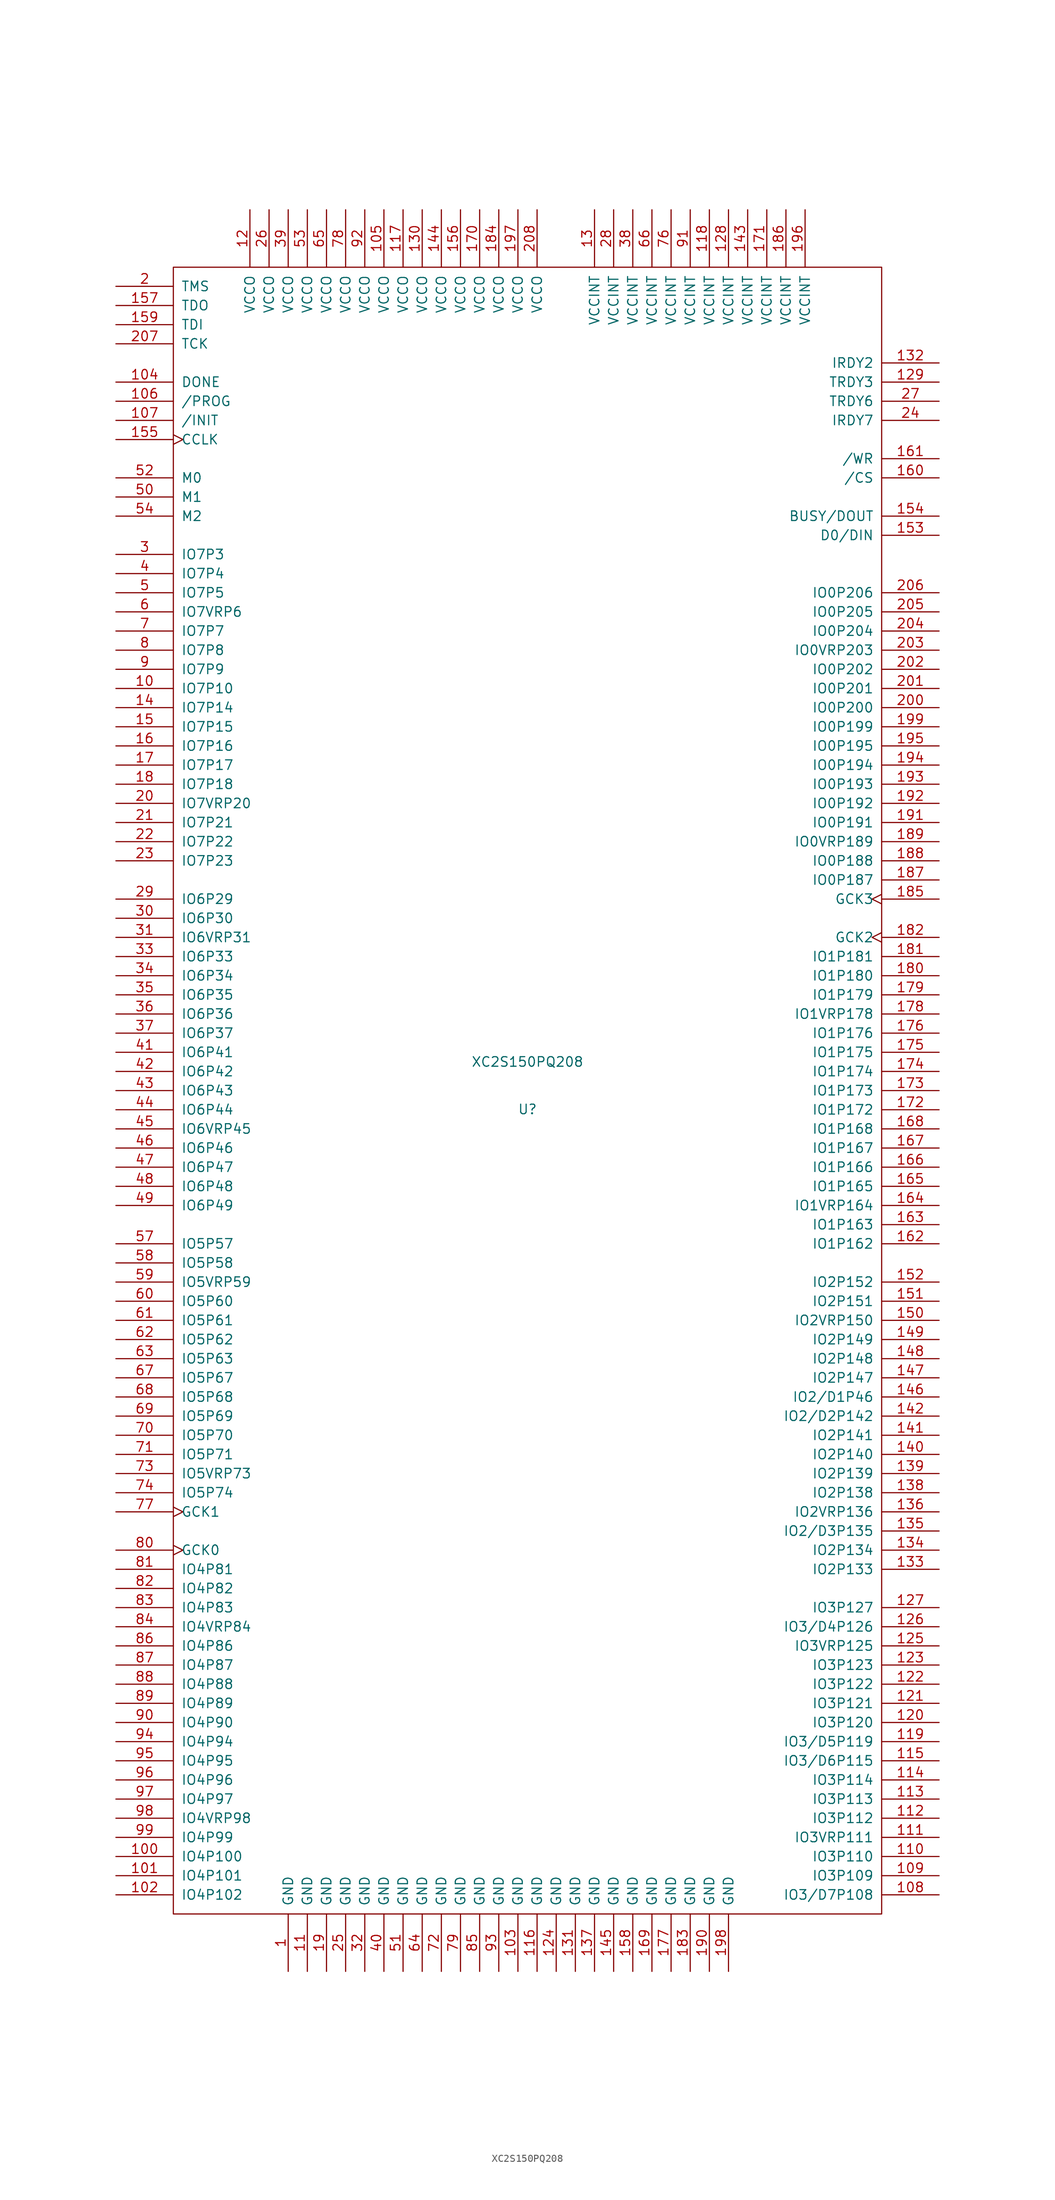
<source format=kicad_sym>
(kicad_symbol_lib
  (version 20201005)
  (generator kicad_symbol_editor)
  (symbol "XC2S150PQ208"
    (pin_names
      (offset 1.016))
    (property "Reference" "U"
      (at 0 -2.489 0)
      (effects (font (size 1.27 1.27))))
    (property "Value" "XC2S150PQ208"
      (at 0 3.81 0)
      (effects (font (size 1.27 1.27))))
    (symbol "XC2S150PQ208_0_1"
      (rectangle (start -46.99 109.22) (end 46.99 -109.22) (stroke (width 0)) (fill (type none))))
    (symbol "XC2S150PQ208_1_1"
      (pin power_in line (at -31.75 -116.84 90) (length 7.62) (name "GND" (effects (font (size 1.27 1.27)))) (number "1" (effects (font (size 1.27 1.27)))))
      (pin bidirectional line (at -54.61 53.34 0) (length 7.62) (name "IO7P10" (effects (font (size 1.27 1.27)))) (number "10" (effects (font (size 1.27 1.27)))))
      (pin bidirectional line (at -54.61 -101.6 0) (length 7.62) (name "IO4P100" (effects (font (size 1.27 1.27)))) (number "100" (effects (font (size 1.27 1.27)))))
      (pin bidirectional line (at -54.61 -104.14 0) (length 7.62) (name "IO4P101" (effects (font (size 1.27 1.27)))) (number "101" (effects (font (size 1.27 1.27)))))
      (pin bidirectional line (at -54.61 -106.68 0) (length 7.62) (name "IO4P102" (effects (font (size 1.27 1.27)))) (number "102" (effects (font (size 1.27 1.27)))))
      (pin power_in line (at -1.27 -116.84 90) (length 7.62) (name "GND" (effects (font (size 1.27 1.27)))) (number "103" (effects (font (size 1.27 1.27)))))
      (pin bidirectional line (at -54.61 93.98 0) (length 7.62) (name "DONE" (effects (font (size 1.27 1.27)))) (number "104" (effects (font (size 1.27 1.27)))))
      (pin power_in line (at -19.05 116.84 270) (length 7.62) (name "VCCO" (effects (font (size 1.27 1.27)))) (number "105" (effects (font (size 1.27 1.27)))))
      (pin input line (at -54.61 91.44 0) (length 7.62) (name "/PROG" (effects (font (size 1.27 1.27)))) (number "106" (effects (font (size 1.27 1.27)))))
      (pin bidirectional line (at -54.61 88.9 0) (length 7.62) (name "/INIT" (effects (font (size 1.27 1.27)))) (number "107" (effects (font (size 1.27 1.27)))))
      (pin bidirectional line (at 54.61 -106.68 180) (length 7.62) (name "IO3/D7P108" (effects (font (size 1.27 1.27)))) (number "108" (effects (font (size 1.27 1.27)))))
      (pin bidirectional line (at 54.61 -104.14 180) (length 7.62) (name "IO3P109" (effects (font (size 1.27 1.27)))) (number "109" (effects (font (size 1.27 1.27)))))
      (pin power_in line (at -29.21 -116.84 90) (length 7.62) (name "GND" (effects (font (size 1.27 1.27)))) (number "11" (effects (font (size 1.27 1.27)))))
      (pin bidirectional line (at 54.61 -101.6 180) (length 7.62) (name "IO3P110" (effects (font (size 1.27 1.27)))) (number "110" (effects (font (size 1.27 1.27)))))
      (pin bidirectional line (at 54.61 -99.06 180) (length 7.62) (name "IO3VRP111" (effects (font (size 1.27 1.27)))) (number "111" (effects (font (size 1.27 1.27)))))
      (pin bidirectional line (at 54.61 -96.52 180) (length 7.62) (name "IO3P112" (effects (font (size 1.27 1.27)))) (number "112" (effects (font (size 1.27 1.27)))))
      (pin bidirectional line (at 54.61 -93.98 180) (length 7.62) (name "IO3P113" (effects (font (size 1.27 1.27)))) (number "113" (effects (font (size 1.27 1.27)))))
      (pin bidirectional line (at 54.61 -91.44 180) (length 7.62) (name "IO3P114" (effects (font (size 1.27 1.27)))) (number "114" (effects (font (size 1.27 1.27)))))
      (pin bidirectional line (at 54.61 -88.9 180) (length 7.62) (name "IO3/D6P115" (effects (font (size 1.27 1.27)))) (number "115" (effects (font (size 1.27 1.27)))))
      (pin power_in line (at 1.27 -116.84 90) (length 7.62) (name "GND" (effects (font (size 1.27 1.27)))) (number "116" (effects (font (size 1.27 1.27)))))
      (pin power_in line (at -16.51 116.84 270) (length 7.62) (name "VCCO" (effects (font (size 1.27 1.27)))) (number "117" (effects (font (size 1.27 1.27)))))
      (pin power_in line (at 24.13 116.84 270) (length 7.62) (name "VCCINT" (effects (font (size 1.27 1.27)))) (number "118" (effects (font (size 1.27 1.27)))))
      (pin bidirectional line (at 54.61 -86.36 180) (length 7.62) (name "IO3/D5P119" (effects (font (size 1.27 1.27)))) (number "119" (effects (font (size 1.27 1.27)))))
      (pin power_in line (at -36.83 116.84 270) (length 7.62) (name "VCCO" (effects (font (size 1.27 1.27)))) (number "12" (effects (font (size 1.27 1.27)))))
      (pin bidirectional line (at 54.61 -83.82 180) (length 7.62) (name "IO3P120" (effects (font (size 1.27 1.27)))) (number "120" (effects (font (size 1.27 1.27)))))
      (pin bidirectional line (at 54.61 -81.28 180) (length 7.62) (name "IO3P121" (effects (font (size 1.27 1.27)))) (number "121" (effects (font (size 1.27 1.27)))))
      (pin bidirectional line (at 54.61 -78.74 180) (length 7.62) (name "IO3P122" (effects (font (size 1.27 1.27)))) (number "122" (effects (font (size 1.27 1.27)))))
      (pin bidirectional line (at 54.61 -76.2 180) (length 7.62) (name "IO3P123" (effects (font (size 1.27 1.27)))) (number "123" (effects (font (size 1.27 1.27)))))
      (pin power_in line (at 3.81 -116.84 90) (length 7.62) (name "GND" (effects (font (size 1.27 1.27)))) (number "124" (effects (font (size 1.27 1.27)))))
      (pin bidirectional line (at 54.61 -73.66 180) (length 7.62) (name "IO3VRP125" (effects (font (size 1.27 1.27)))) (number "125" (effects (font (size 1.27 1.27)))))
      (pin bidirectional line (at 54.61 -71.12 180) (length 7.62) (name "IO3/D4P126" (effects (font (size 1.27 1.27)))) (number "126" (effects (font (size 1.27 1.27)))))
      (pin bidirectional line (at 54.61 -68.58 180) (length 7.62) (name "IO3P127" (effects (font (size 1.27 1.27)))) (number "127" (effects (font (size 1.27 1.27)))))
      (pin power_in line (at 26.67 116.84 270) (length 7.62) (name "VCCINT" (effects (font (size 1.27 1.27)))) (number "128" (effects (font (size 1.27 1.27)))))
      (pin bidirectional line (at 54.61 93.98 180) (length 7.62) (name "TRDY3" (effects (font (size 1.27 1.27)))) (number "129" (effects (font (size 1.27 1.27)))))
      (pin power_in line (at 8.89 116.84 270) (length 7.62) (name "VCCINT" (effects (font (size 1.27 1.27)))) (number "13" (effects (font (size 1.27 1.27)))))
      (pin power_in line (at -13.97 116.84 270) (length 7.62) (name "VCCO" (effects (font (size 1.27 1.27)))) (number "130" (effects (font (size 1.27 1.27)))))
      (pin power_in line (at 6.35 -116.84 90) (length 7.62) (name "GND" (effects (font (size 1.27 1.27)))) (number "131" (effects (font (size 1.27 1.27)))))
      (pin bidirectional line (at 54.61 96.52 180) (length 7.62) (name "IRDY2" (effects (font (size 1.27 1.27)))) (number "132" (effects (font (size 1.27 1.27)))))
      (pin bidirectional line (at 54.61 -63.5 180) (length 7.62) (name "IO2P133" (effects (font (size 1.27 1.27)))) (number "133" (effects (font (size 1.27 1.27)))))
      (pin bidirectional line (at 54.61 -60.96 180) (length 7.62) (name "IO2P134" (effects (font (size 1.27 1.27)))) (number "134" (effects (font (size 1.27 1.27)))))
      (pin bidirectional line (at 54.61 -58.42 180) (length 7.62) (name "IO2/D3P135" (effects (font (size 1.27 1.27)))) (number "135" (effects (font (size 1.27 1.27)))))
      (pin bidirectional line (at 54.61 -55.88 180) (length 7.62) (name "IO2VRP136" (effects (font (size 1.27 1.27)))) (number "136" (effects (font (size 1.27 1.27)))))
      (pin power_in line (at 8.89 -116.84 90) (length 7.62) (name "GND" (effects (font (size 1.27 1.27)))) (number "137" (effects (font (size 1.27 1.27)))))
      (pin bidirectional line (at 54.61 -53.34 180) (length 7.62) (name "IO2P138" (effects (font (size 1.27 1.27)))) (number "138" (effects (font (size 1.27 1.27)))))
      (pin bidirectional line (at 54.61 -50.8 180) (length 7.62) (name "IO2P139" (effects (font (size 1.27 1.27)))) (number "139" (effects (font (size 1.27 1.27)))))
      (pin bidirectional line (at -54.61 50.8 0) (length 7.62) (name "IO7P14" (effects (font (size 1.27 1.27)))) (number "14" (effects (font (size 1.27 1.27)))))
      (pin bidirectional line (at 54.61 -48.26 180) (length 7.62) (name "IO2P140" (effects (font (size 1.27 1.27)))) (number "140" (effects (font (size 1.27 1.27)))))
      (pin bidirectional line (at 54.61 -45.72 180) (length 7.62) (name "IO2P141" (effects (font (size 1.27 1.27)))) (number "141" (effects (font (size 1.27 1.27)))))
      (pin bidirectional line (at 54.61 -43.18 180) (length 7.62) (name "IO2/D2P142" (effects (font (size 1.27 1.27)))) (number "142" (effects (font (size 1.27 1.27)))))
      (pin power_in line (at 29.21 116.84 270) (length 7.62) (name "VCCINT" (effects (font (size 1.27 1.27)))) (number "143" (effects (font (size 1.27 1.27)))))
      (pin power_in line (at -11.43 116.84 270) (length 7.62) (name "VCCO" (effects (font (size 1.27 1.27)))) (number "144" (effects (font (size 1.27 1.27)))))
      (pin power_in line (at 11.43 -116.84 90) (length 7.62) (name "GND" (effects (font (size 1.27 1.27)))) (number "145" (effects (font (size 1.27 1.27)))))
      (pin bidirectional line (at 54.61 -40.64 180) (length 7.62) (name "IO2/D1P46" (effects (font (size 1.27 1.27)))) (number "146" (effects (font (size 1.27 1.27)))))
      (pin bidirectional line (at 54.61 -38.1 180) (length 7.62) (name "IO2P147" (effects (font (size 1.27 1.27)))) (number "147" (effects (font (size 1.27 1.27)))))
      (pin bidirectional line (at 54.61 -35.56 180) (length 7.62) (name "IO2P148" (effects (font (size 1.27 1.27)))) (number "148" (effects (font (size 1.27 1.27)))))
      (pin bidirectional line (at 54.61 -33.02 180) (length 7.62) (name "IO2P149" (effects (font (size 1.27 1.27)))) (number "149" (effects (font (size 1.27 1.27)))))
      (pin bidirectional line (at -54.61 48.26 0) (length 7.62) (name "IO7P15" (effects (font (size 1.27 1.27)))) (number "15" (effects (font (size 1.27 1.27)))))
      (pin bidirectional line (at 54.61 -30.48 180) (length 7.62) (name "IO2VRP150" (effects (font (size 1.27 1.27)))) (number "150" (effects (font (size 1.27 1.27)))))
      (pin bidirectional line (at 54.61 -27.94 180) (length 7.62) (name "IO2P151" (effects (font (size 1.27 1.27)))) (number "151" (effects (font (size 1.27 1.27)))))
      (pin bidirectional line (at 54.61 -25.4 180) (length 7.62) (name "IO2P152" (effects (font (size 1.27 1.27)))) (number "152" (effects (font (size 1.27 1.27)))))
      (pin bidirectional line (at 54.61 73.66 180) (length 7.62) (name "D0/DIN" (effects (font (size 1.27 1.27)))) (number "153" (effects (font (size 1.27 1.27)))))
      (pin bidirectional line (at 54.61 76.2 180) (length 7.62) (name "BUSY/DOUT" (effects (font (size 1.27 1.27)))) (number "154" (effects (font (size 1.27 1.27)))))
      (pin bidirectional clock (at -54.61 86.36 0) (length 7.62) (name "CCLK" (effects (font (size 1.27 1.27)))) (number "155" (effects (font (size 1.27 1.27)))))
      (pin power_in line (at -8.89 116.84 270) (length 7.62) (name "VCCO" (effects (font (size 1.27 1.27)))) (number "156" (effects (font (size 1.27 1.27)))))
      (pin bidirectional line (at -54.61 104.14 0) (length 7.62) (name "TDO" (effects (font (size 1.27 1.27)))) (number "157" (effects (font (size 1.27 1.27)))))
      (pin power_in line (at 13.97 -116.84 90) (length 7.62) (name "GND" (effects (font (size 1.27 1.27)))) (number "158" (effects (font (size 1.27 1.27)))))
      (pin bidirectional line (at -54.61 101.6 0) (length 7.62) (name "TDI" (effects (font (size 1.27 1.27)))) (number "159" (effects (font (size 1.27 1.27)))))
      (pin bidirectional line (at -54.61 45.72 0) (length 7.62) (name "IO7P16" (effects (font (size 1.27 1.27)))) (number "16" (effects (font (size 1.27 1.27)))))
      (pin bidirectional line (at 54.61 81.28 180) (length 7.62) (name "/CS" (effects (font (size 1.27 1.27)))) (number "160" (effects (font (size 1.27 1.27)))))
      (pin bidirectional line (at 54.61 83.82 180) (length 7.62) (name "/WR" (effects (font (size 1.27 1.27)))) (number "161" (effects (font (size 1.27 1.27)))))
      (pin bidirectional line (at 54.61 -20.32 180) (length 7.62) (name "IO1P162" (effects (font (size 1.27 1.27)))) (number "162" (effects (font (size 1.27 1.27)))))
      (pin bidirectional line (at 54.61 -17.78 180) (length 7.62) (name "IO1P163" (effects (font (size 1.27 1.27)))) (number "163" (effects (font (size 1.27 1.27)))))
      (pin bidirectional line (at 54.61 -15.24 180) (length 7.62) (name "IO1VRP164" (effects (font (size 1.27 1.27)))) (number "164" (effects (font (size 1.27 1.27)))))
      (pin bidirectional line (at 54.61 -12.7 180) (length 7.62) (name "IO1P165" (effects (font (size 1.27 1.27)))) (number "165" (effects (font (size 1.27 1.27)))))
      (pin bidirectional line (at 54.61 -10.16 180) (length 7.62) (name "IO1P166" (effects (font (size 1.27 1.27)))) (number "166" (effects (font (size 1.27 1.27)))))
      (pin bidirectional line (at 54.61 -7.62 180) (length 7.62) (name "IO1P167" (effects (font (size 1.27 1.27)))) (number "167" (effects (font (size 1.27 1.27)))))
      (pin bidirectional line (at 54.61 -5.08 180) (length 7.62) (name "IO1P168" (effects (font (size 1.27 1.27)))) (number "168" (effects (font (size 1.27 1.27)))))
      (pin power_in line (at 16.51 -116.84 90) (length 7.62) (name "GND" (effects (font (size 1.27 1.27)))) (number "169" (effects (font (size 1.27 1.27)))))
      (pin bidirectional line (at -54.61 43.18 0) (length 7.62) (name "IO7P17" (effects (font (size 1.27 1.27)))) (number "17" (effects (font (size 1.27 1.27)))))
      (pin power_in line (at -6.35 116.84 270) (length 7.62) (name "VCCO" (effects (font (size 1.27 1.27)))) (number "170" (effects (font (size 1.27 1.27)))))
      (pin power_in line (at 31.75 116.84 270) (length 7.62) (name "VCCINT" (effects (font (size 1.27 1.27)))) (number "171" (effects (font (size 1.27 1.27)))))
      (pin bidirectional line (at 54.61 -2.54 180) (length 7.62) (name "IO1P172" (effects (font (size 1.27 1.27)))) (number "172" (effects (font (size 1.27 1.27)))))
      (pin bidirectional line (at 54.61 0 180) (length 7.62) (name "IO1P173" (effects (font (size 1.27 1.27)))) (number "173" (effects (font (size 1.27 1.27)))))
      (pin bidirectional line (at 54.61 2.54 180) (length 7.62) (name "IO1P174" (effects (font (size 1.27 1.27)))) (number "174" (effects (font (size 1.27 1.27)))))
      (pin bidirectional line (at 54.61 5.08 180) (length 7.62) (name "IO1P175" (effects (font (size 1.27 1.27)))) (number "175" (effects (font (size 1.27 1.27)))))
      (pin bidirectional line (at 54.61 7.62 180) (length 7.62) (name "IO1P176" (effects (font (size 1.27 1.27)))) (number "176" (effects (font (size 1.27 1.27)))))
      (pin power_in line (at 19.05 -116.84 90) (length 7.62) (name "GND" (effects (font (size 1.27 1.27)))) (number "177" (effects (font (size 1.27 1.27)))))
      (pin bidirectional line (at 54.61 10.16 180) (length 7.62) (name "IO1VRP178" (effects (font (size 1.27 1.27)))) (number "178" (effects (font (size 1.27 1.27)))))
      (pin bidirectional line (at 54.61 12.7 180) (length 7.62) (name "IO1P179" (effects (font (size 1.27 1.27)))) (number "179" (effects (font (size 1.27 1.27)))))
      (pin bidirectional line (at -54.61 40.64 0) (length 7.62) (name "IO7P18" (effects (font (size 1.27 1.27)))) (number "18" (effects (font (size 1.27 1.27)))))
      (pin bidirectional line (at 54.61 15.24 180) (length 7.62) (name "IO1P180" (effects (font (size 1.27 1.27)))) (number "180" (effects (font (size 1.27 1.27)))))
      (pin bidirectional line (at 54.61 17.78 180) (length 7.62) (name "IO1P181" (effects (font (size 1.27 1.27)))) (number "181" (effects (font (size 1.27 1.27)))))
      (pin input clock (at 54.61 20.32 180) (length 7.62) (name "GCK2" (effects (font (size 1.27 1.27)))) (number "182" (effects (font (size 1.27 1.27)))))
      (pin power_in line (at 21.59 -116.84 90) (length 7.62) (name "GND" (effects (font (size 1.27 1.27)))) (number "183" (effects (font (size 1.27 1.27)))))
      (pin power_in line (at -3.81 116.84 270) (length 7.62) (name "VCCO" (effects (font (size 1.27 1.27)))) (number "184" (effects (font (size 1.27 1.27)))))
      (pin input clock (at 54.61 25.4 180) (length 7.62) (name "GCK3" (effects (font (size 1.27 1.27)))) (number "185" (effects (font (size 1.27 1.27)))))
      (pin power_in line (at 34.29 116.84 270) (length 7.62) (name "VCCINT" (effects (font (size 1.27 1.27)))) (number "186" (effects (font (size 1.27 1.27)))))
      (pin bidirectional line (at 54.61 27.94 180) (length 7.62) (name "IO0P187" (effects (font (size 1.27 1.27)))) (number "187" (effects (font (size 1.27 1.27)))))
      (pin bidirectional line (at 54.61 30.48 180) (length 7.62) (name "IO0P188" (effects (font (size 1.27 1.27)))) (number "188" (effects (font (size 1.27 1.27)))))
      (pin bidirectional line (at 54.61 33.02 180) (length 7.62) (name "IO0VRP189" (effects (font (size 1.27 1.27)))) (number "189" (effects (font (size 1.27 1.27)))))
      (pin power_in line (at -26.67 -116.84 90) (length 7.62) (name "GND" (effects (font (size 1.27 1.27)))) (number "19" (effects (font (size 1.27 1.27)))))
      (pin power_in line (at 24.13 -116.84 90) (length 7.62) (name "GND" (effects (font (size 1.27 1.27)))) (number "190" (effects (font (size 1.27 1.27)))))
      (pin bidirectional line (at 54.61 35.56 180) (length 7.62) (name "IO0P191" (effects (font (size 1.27 1.27)))) (number "191" (effects (font (size 1.27 1.27)))))
      (pin bidirectional line (at 54.61 38.1 180) (length 7.62) (name "IO0P192" (effects (font (size 1.27 1.27)))) (number "192" (effects (font (size 1.27 1.27)))))
      (pin bidirectional line (at 54.61 40.64 180) (length 7.62) (name "IO0P193" (effects (font (size 1.27 1.27)))) (number "193" (effects (font (size 1.27 1.27)))))
      (pin bidirectional line (at 54.61 43.18 180) (length 7.62) (name "IO0P194" (effects (font (size 1.27 1.27)))) (number "194" (effects (font (size 1.27 1.27)))))
      (pin bidirectional line (at 54.61 45.72 180) (length 7.62) (name "IO0P195" (effects (font (size 1.27 1.27)))) (number "195" (effects (font (size 1.27 1.27)))))
      (pin power_in line (at 36.83 116.84 270) (length 7.62) (name "VCCINT" (effects (font (size 1.27 1.27)))) (number "196" (effects (font (size 1.27 1.27)))))
      (pin power_in line (at -1.27 116.84 270) (length 7.62) (name "VCCO" (effects (font (size 1.27 1.27)))) (number "197" (effects (font (size 1.27 1.27)))))
      (pin power_in line (at 26.67 -116.84 90) (length 7.62) (name "GND" (effects (font (size 1.27 1.27)))) (number "198" (effects (font (size 1.27 1.27)))))
      (pin bidirectional line (at 54.61 48.26 180) (length 7.62) (name "IO0P199" (effects (font (size 1.27 1.27)))) (number "199" (effects (font (size 1.27 1.27)))))
      (pin bidirectional line (at -54.61 106.68 0) (length 7.62) (name "TMS" (effects (font (size 1.27 1.27)))) (number "2" (effects (font (size 1.27 1.27)))))
      (pin bidirectional line (at -54.61 38.1 0) (length 7.62) (name "IO7VRP20" (effects (font (size 1.27 1.27)))) (number "20" (effects (font (size 1.27 1.27)))))
      (pin bidirectional line (at 54.61 50.8 180) (length 7.62) (name "IO0P200" (effects (font (size 1.27 1.27)))) (number "200" (effects (font (size 1.27 1.27)))))
      (pin bidirectional line (at 54.61 53.34 180) (length 7.62) (name "IO0P201" (effects (font (size 1.27 1.27)))) (number "201" (effects (font (size 1.27 1.27)))))
      (pin bidirectional line (at 54.61 55.88 180) (length 7.62) (name "IO0P202" (effects (font (size 1.27 1.27)))) (number "202" (effects (font (size 1.27 1.27)))))
      (pin bidirectional line (at 54.61 58.42 180) (length 7.62) (name "IO0VRP203" (effects (font (size 1.27 1.27)))) (number "203" (effects (font (size 1.27 1.27)))))
      (pin bidirectional line (at 54.61 60.96 180) (length 7.62) (name "IO0P204" (effects (font (size 1.27 1.27)))) (number "204" (effects (font (size 1.27 1.27)))))
      (pin bidirectional line (at 54.61 63.5 180) (length 7.62) (name "IO0P205" (effects (font (size 1.27 1.27)))) (number "205" (effects (font (size 1.27 1.27)))))
      (pin bidirectional line (at 54.61 66.04 180) (length 7.62) (name "IO0P206" (effects (font (size 1.27 1.27)))) (number "206" (effects (font (size 1.27 1.27)))))
      (pin bidirectional line (at -54.61 99.06 0) (length 7.62) (name "TCK" (effects (font (size 1.27 1.27)))) (number "207" (effects (font (size 1.27 1.27)))))
      (pin power_in line (at 1.27 116.84 270) (length 7.62) (name "VCCO" (effects (font (size 1.27 1.27)))) (number "208" (effects (font (size 1.27 1.27)))))
      (pin bidirectional line (at -54.61 35.56 0) (length 7.62) (name "IO7P21" (effects (font (size 1.27 1.27)))) (number "21" (effects (font (size 1.27 1.27)))))
      (pin bidirectional line (at -54.61 33.02 0) (length 7.62) (name "IO7P22" (effects (font (size 1.27 1.27)))) (number "22" (effects (font (size 1.27 1.27)))))
      (pin bidirectional line (at -54.61 30.48 0) (length 7.62) (name "IO7P23" (effects (font (size 1.27 1.27)))) (number "23" (effects (font (size 1.27 1.27)))))
      (pin bidirectional line (at 54.61 88.9 180) (length 7.62) (name "IRDY7" (effects (font (size 1.27 1.27)))) (number "24" (effects (font (size 1.27 1.27)))))
      (pin power_in line (at -24.13 -116.84 90) (length 7.62) (name "GND" (effects (font (size 1.27 1.27)))) (number "25" (effects (font (size 1.27 1.27)))))
      (pin power_in line (at -34.29 116.84 270) (length 7.62) (name "VCCO" (effects (font (size 1.27 1.27)))) (number "26" (effects (font (size 1.27 1.27)))))
      (pin bidirectional line (at 54.61 91.44 180) (length 7.62) (name "TRDY6" (effects (font (size 1.27 1.27)))) (number "27" (effects (font (size 1.27 1.27)))))
      (pin power_in line (at 11.43 116.84 270) (length 7.62) (name "VCCINT" (effects (font (size 1.27 1.27)))) (number "28" (effects (font (size 1.27 1.27)))))
      (pin bidirectional line (at -54.61 25.4 0) (length 7.62) (name "IO6P29" (effects (font (size 1.27 1.27)))) (number "29" (effects (font (size 1.27 1.27)))))
      (pin bidirectional line (at -54.61 71.12 0) (length 7.62) (name "IO7P3" (effects (font (size 1.27 1.27)))) (number "3" (effects (font (size 1.27 1.27)))))
      (pin bidirectional line (at -54.61 22.86 0) (length 7.62) (name "IO6P30" (effects (font (size 1.27 1.27)))) (number "30" (effects (font (size 1.27 1.27)))))
      (pin bidirectional line (at -54.61 20.32 0) (length 7.62) (name "IO6VRP31" (effects (font (size 1.27 1.27)))) (number "31" (effects (font (size 1.27 1.27)))))
      (pin power_in line (at -21.59 -116.84 90) (length 7.62) (name "GND" (effects (font (size 1.27 1.27)))) (number "32" (effects (font (size 1.27 1.27)))))
      (pin bidirectional line (at -54.61 17.78 0) (length 7.62) (name "IO6P33" (effects (font (size 1.27 1.27)))) (number "33" (effects (font (size 1.27 1.27)))))
      (pin bidirectional line (at -54.61 15.24 0) (length 7.62) (name "IO6P34" (effects (font (size 1.27 1.27)))) (number "34" (effects (font (size 1.27 1.27)))))
      (pin bidirectional line (at -54.61 12.7 0) (length 7.62) (name "IO6P35" (effects (font (size 1.27 1.27)))) (number "35" (effects (font (size 1.27 1.27)))))
      (pin bidirectional line (at -54.61 10.16 0) (length 7.62) (name "IO6P36" (effects (font (size 1.27 1.27)))) (number "36" (effects (font (size 1.27 1.27)))))
      (pin bidirectional line (at -54.61 7.62 0) (length 7.62) (name "IO6P37" (effects (font (size 1.27 1.27)))) (number "37" (effects (font (size 1.27 1.27)))))
      (pin power_in line (at 13.97 116.84 270) (length 7.62) (name "VCCINT" (effects (font (size 1.27 1.27)))) (number "38" (effects (font (size 1.27 1.27)))))
      (pin power_in line (at -31.75 116.84 270) (length 7.62) (name "VCCO" (effects (font (size 1.27 1.27)))) (number "39" (effects (font (size 1.27 1.27)))))
      (pin bidirectional line (at -54.61 68.58 0) (length 7.62) (name "IO7P4" (effects (font (size 1.27 1.27)))) (number "4" (effects (font (size 1.27 1.27)))))
      (pin power_in line (at -19.05 -116.84 90) (length 7.62) (name "GND" (effects (font (size 1.27 1.27)))) (number "40" (effects (font (size 1.27 1.27)))))
      (pin bidirectional line (at -54.61 5.08 0) (length 7.62) (name "IO6P41" (effects (font (size 1.27 1.27)))) (number "41" (effects (font (size 1.27 1.27)))))
      (pin bidirectional line (at -54.61 2.54 0) (length 7.62) (name "IO6P42" (effects (font (size 1.27 1.27)))) (number "42" (effects (font (size 1.27 1.27)))))
      (pin bidirectional line (at -54.61 0 0) (length 7.62) (name "IO6P43" (effects (font (size 1.27 1.27)))) (number "43" (effects (font (size 1.27 1.27)))))
      (pin bidirectional line (at -54.61 -2.54 0) (length 7.62) (name "IO6P44" (effects (font (size 1.27 1.27)))) (number "44" (effects (font (size 1.27 1.27)))))
      (pin bidirectional line (at -54.61 -5.08 0) (length 7.62) (name "IO6VRP45" (effects (font (size 1.27 1.27)))) (number "45" (effects (font (size 1.27 1.27)))))
      (pin bidirectional line (at -54.61 -7.62 0) (length 7.62) (name "IO6P46" (effects (font (size 1.27 1.27)))) (number "46" (effects (font (size 1.27 1.27)))))
      (pin bidirectional line (at -54.61 -10.16 0) (length 7.62) (name "IO6P47" (effects (font (size 1.27 1.27)))) (number "47" (effects (font (size 1.27 1.27)))))
      (pin bidirectional line (at -54.61 -12.7 0) (length 7.62) (name "IO6P48" (effects (font (size 1.27 1.27)))) (number "48" (effects (font (size 1.27 1.27)))))
      (pin bidirectional line (at -54.61 -15.24 0) (length 7.62) (name "IO6P49" (effects (font (size 1.27 1.27)))) (number "49" (effects (font (size 1.27 1.27)))))
      (pin bidirectional line (at -54.61 66.04 0) (length 7.62) (name "IO7P5" (effects (font (size 1.27 1.27)))) (number "5" (effects (font (size 1.27 1.27)))))
      (pin input line (at -54.61 78.74 0) (length 7.62) (name "M1" (effects (font (size 1.27 1.27)))) (number "50" (effects (font (size 1.27 1.27)))))
      (pin power_in line (at -16.51 -116.84 90) (length 7.62) (name "GND" (effects (font (size 1.27 1.27)))) (number "51" (effects (font (size 1.27 1.27)))))
      (pin input line (at -54.61 81.28 0) (length 7.62) (name "M0" (effects (font (size 1.27 1.27)))) (number "52" (effects (font (size 1.27 1.27)))))
      (pin power_in line (at -29.21 116.84 270) (length 7.62) (name "VCCO" (effects (font (size 1.27 1.27)))) (number "53" (effects (font (size 1.27 1.27)))))
      (pin input line (at -54.61 76.2 0) (length 7.62) (name "M2" (effects (font (size 1.27 1.27)))) (number "54" (effects (font (size 1.27 1.27)))))
      (pin bidirectional line (at -54.61 -20.32 0) (length 7.62) (name "IO5P57" (effects (font (size 1.27 1.27)))) (number "57" (effects (font (size 1.27 1.27)))))
      (pin bidirectional line (at -54.61 -22.86 0) (length 7.62) (name "IO5P58" (effects (font (size 1.27 1.27)))) (number "58" (effects (font (size 1.27 1.27)))))
      (pin bidirectional line (at -54.61 -25.4 0) (length 7.62) (name "IO5VRP59" (effects (font (size 1.27 1.27)))) (number "59" (effects (font (size 1.27 1.27)))))
      (pin bidirectional line (at -54.61 63.5 0) (length 7.62) (name "IO7VRP6" (effects (font (size 1.27 1.27)))) (number "6" (effects (font (size 1.27 1.27)))))
      (pin bidirectional line (at -54.61 -27.94 0) (length 7.62) (name "IO5P60" (effects (font (size 1.27 1.27)))) (number "60" (effects (font (size 1.27 1.27)))))
      (pin bidirectional line (at -54.61 -30.48 0) (length 7.62) (name "IO5P61" (effects (font (size 1.27 1.27)))) (number "61" (effects (font (size 1.27 1.27)))))
      (pin bidirectional line (at -54.61 -33.02 0) (length 7.62) (name "IO5P62" (effects (font (size 1.27 1.27)))) (number "62" (effects (font (size 1.27 1.27)))))
      (pin bidirectional line (at -54.61 -35.56 0) (length 7.62) (name "IO5P63" (effects (font (size 1.27 1.27)))) (number "63" (effects (font (size 1.27 1.27)))))
      (pin power_in line (at -13.97 -116.84 90) (length 7.62) (name "GND" (effects (font (size 1.27 1.27)))) (number "64" (effects (font (size 1.27 1.27)))))
      (pin power_in line (at -26.67 116.84 270) (length 7.62) (name "VCCO" (effects (font (size 1.27 1.27)))) (number "65" (effects (font (size 1.27 1.27)))))
      (pin power_in line (at 16.51 116.84 270) (length 7.62) (name "VCCINT" (effects (font (size 1.27 1.27)))) (number "66" (effects (font (size 1.27 1.27)))))
      (pin bidirectional line (at -54.61 -38.1 0) (length 7.62) (name "IO5P67" (effects (font (size 1.27 1.27)))) (number "67" (effects (font (size 1.27 1.27)))))
      (pin bidirectional line (at -54.61 -40.64 0) (length 7.62) (name "IO5P68" (effects (font (size 1.27 1.27)))) (number "68" (effects (font (size 1.27 1.27)))))
      (pin bidirectional line (at -54.61 -43.18 0) (length 7.62) (name "IO5P69" (effects (font (size 1.27 1.27)))) (number "69" (effects (font (size 1.27 1.27)))))
      (pin bidirectional line (at -54.61 60.96 0) (length 7.62) (name "IO7P7" (effects (font (size 1.27 1.27)))) (number "7" (effects (font (size 1.27 1.27)))))
      (pin bidirectional line (at -54.61 -45.72 0) (length 7.62) (name "IO5P70" (effects (font (size 1.27 1.27)))) (number "70" (effects (font (size 1.27 1.27)))))
      (pin bidirectional line (at -54.61 -48.26 0) (length 7.62) (name "IO5P71" (effects (font (size 1.27 1.27)))) (number "71" (effects (font (size 1.27 1.27)))))
      (pin power_in line (at -11.43 -116.84 90) (length 7.62) (name "GND" (effects (font (size 1.27 1.27)))) (number "72" (effects (font (size 1.27 1.27)))))
      (pin bidirectional line (at -54.61 -50.8 0) (length 7.62) (name "IO5VRP73" (effects (font (size 1.27 1.27)))) (number "73" (effects (font (size 1.27 1.27)))))
      (pin bidirectional line (at -54.61 -53.34 0) (length 7.62) (name "IO5P74" (effects (font (size 1.27 1.27)))) (number "74" (effects (font (size 1.27 1.27)))))
      (pin power_in line (at 19.05 116.84 270) (length 7.62) (name "VCCINT" (effects (font (size 1.27 1.27)))) (number "76" (effects (font (size 1.27 1.27)))))
      (pin input clock (at -54.61 -55.88 0) (length 7.62) (name "GCK1" (effects (font (size 1.27 1.27)))) (number "77" (effects (font (size 1.27 1.27)))))
      (pin power_in line (at -24.13 116.84 270) (length 7.62) (name "VCCO" (effects (font (size 1.27 1.27)))) (number "78" (effects (font (size 1.27 1.27)))))
      (pin power_in line (at -8.89 -116.84 90) (length 7.62) (name "GND" (effects (font (size 1.27 1.27)))) (number "79" (effects (font (size 1.27 1.27)))))
      (pin bidirectional line (at -54.61 58.42 0) (length 7.62) (name "IO7P8" (effects (font (size 1.27 1.27)))) (number "8" (effects (font (size 1.27 1.27)))))
      (pin input clock (at -54.61 -60.96 0) (length 7.62) (name "GCK0" (effects (font (size 1.27 1.27)))) (number "80" (effects (font (size 1.27 1.27)))))
      (pin bidirectional line (at -54.61 -63.5 0) (length 7.62) (name "IO4P81" (effects (font (size 1.27 1.27)))) (number "81" (effects (font (size 1.27 1.27)))))
      (pin bidirectional line (at -54.61 -66.04 0) (length 7.62) (name "IO4P82" (effects (font (size 1.27 1.27)))) (number "82" (effects (font (size 1.27 1.27)))))
      (pin bidirectional line (at -54.61 -68.58 0) (length 7.62) (name "IO4P83" (effects (font (size 1.27 1.27)))) (number "83" (effects (font (size 1.27 1.27)))))
      (pin bidirectional line (at -54.61 -71.12 0) (length 7.62) (name "IO4VRP84" (effects (font (size 1.27 1.27)))) (number "84" (effects (font (size 1.27 1.27)))))
      (pin power_in line (at -6.35 -116.84 90) (length 7.62) (name "GND" (effects (font (size 1.27 1.27)))) (number "85" (effects (font (size 1.27 1.27)))))
      (pin bidirectional line (at -54.61 -73.66 0) (length 7.62) (name "IO4P86" (effects (font (size 1.27 1.27)))) (number "86" (effects (font (size 1.27 1.27)))))
      (pin bidirectional line (at -54.61 -76.2 0) (length 7.62) (name "IO4P87" (effects (font (size 1.27 1.27)))) (number "87" (effects (font (size 1.27 1.27)))))
      (pin bidirectional line (at -54.61 -78.74 0) (length 7.62) (name "IO4P88" (effects (font (size 1.27 1.27)))) (number "88" (effects (font (size 1.27 1.27)))))
      (pin bidirectional line (at -54.61 -81.28 0) (length 7.62) (name "IO4P89" (effects (font (size 1.27 1.27)))) (number "89" (effects (font (size 1.27 1.27)))))
      (pin bidirectional line (at -54.61 55.88 0) (length 7.62) (name "IO7P9" (effects (font (size 1.27 1.27)))) (number "9" (effects (font (size 1.27 1.27)))))
      (pin bidirectional line (at -54.61 -83.82 0) (length 7.62) (name "IO4P90" (effects (font (size 1.27 1.27)))) (number "90" (effects (font (size 1.27 1.27)))))
      (pin power_in line (at 21.59 116.84 270) (length 7.62) (name "VCCINT" (effects (font (size 1.27 1.27)))) (number "91" (effects (font (size 1.27 1.27)))))
      (pin power_in line (at -21.59 116.84 270) (length 7.62) (name "VCCO" (effects (font (size 1.27 1.27)))) (number "92" (effects (font (size 1.27 1.27)))))
      (pin power_in line (at -3.81 -116.84 90) (length 7.62) (name "GND" (effects (font (size 1.27 1.27)))) (number "93" (effects (font (size 1.27 1.27)))))
      (pin bidirectional line (at -54.61 -86.36 0) (length 7.62) (name "IO4P94" (effects (font (size 1.27 1.27)))) (number "94" (effects (font (size 1.27 1.27)))))
      (pin bidirectional line (at -54.61 -88.9 0) (length 7.62) (name "IO4P95" (effects (font (size 1.27 1.27)))) (number "95" (effects (font (size 1.27 1.27)))))
      (pin bidirectional line (at -54.61 -91.44 0) (length 7.62) (name "IO4P96" (effects (font (size 1.27 1.27)))) (number "96" (effects (font (size 1.27 1.27)))))
      (pin bidirectional line (at -54.61 -93.98 0) (length 7.62) (name "IO4P97" (effects (font (size 1.27 1.27)))) (number "97" (effects (font (size 1.27 1.27)))))
      (pin bidirectional line (at -54.61 -96.52 0) (length 7.62) (name "IO4VRP98" (effects (font (size 1.27 1.27)))) (number "98" (effects (font (size 1.27 1.27)))))
      (pin bidirectional line (at -54.61 -99.06 0) (length 7.62) (name "IO4P99" (effects (font (size 1.27 1.27)))) (number "99" (effects (font (size 1.27 1.27))))))))
</source>
